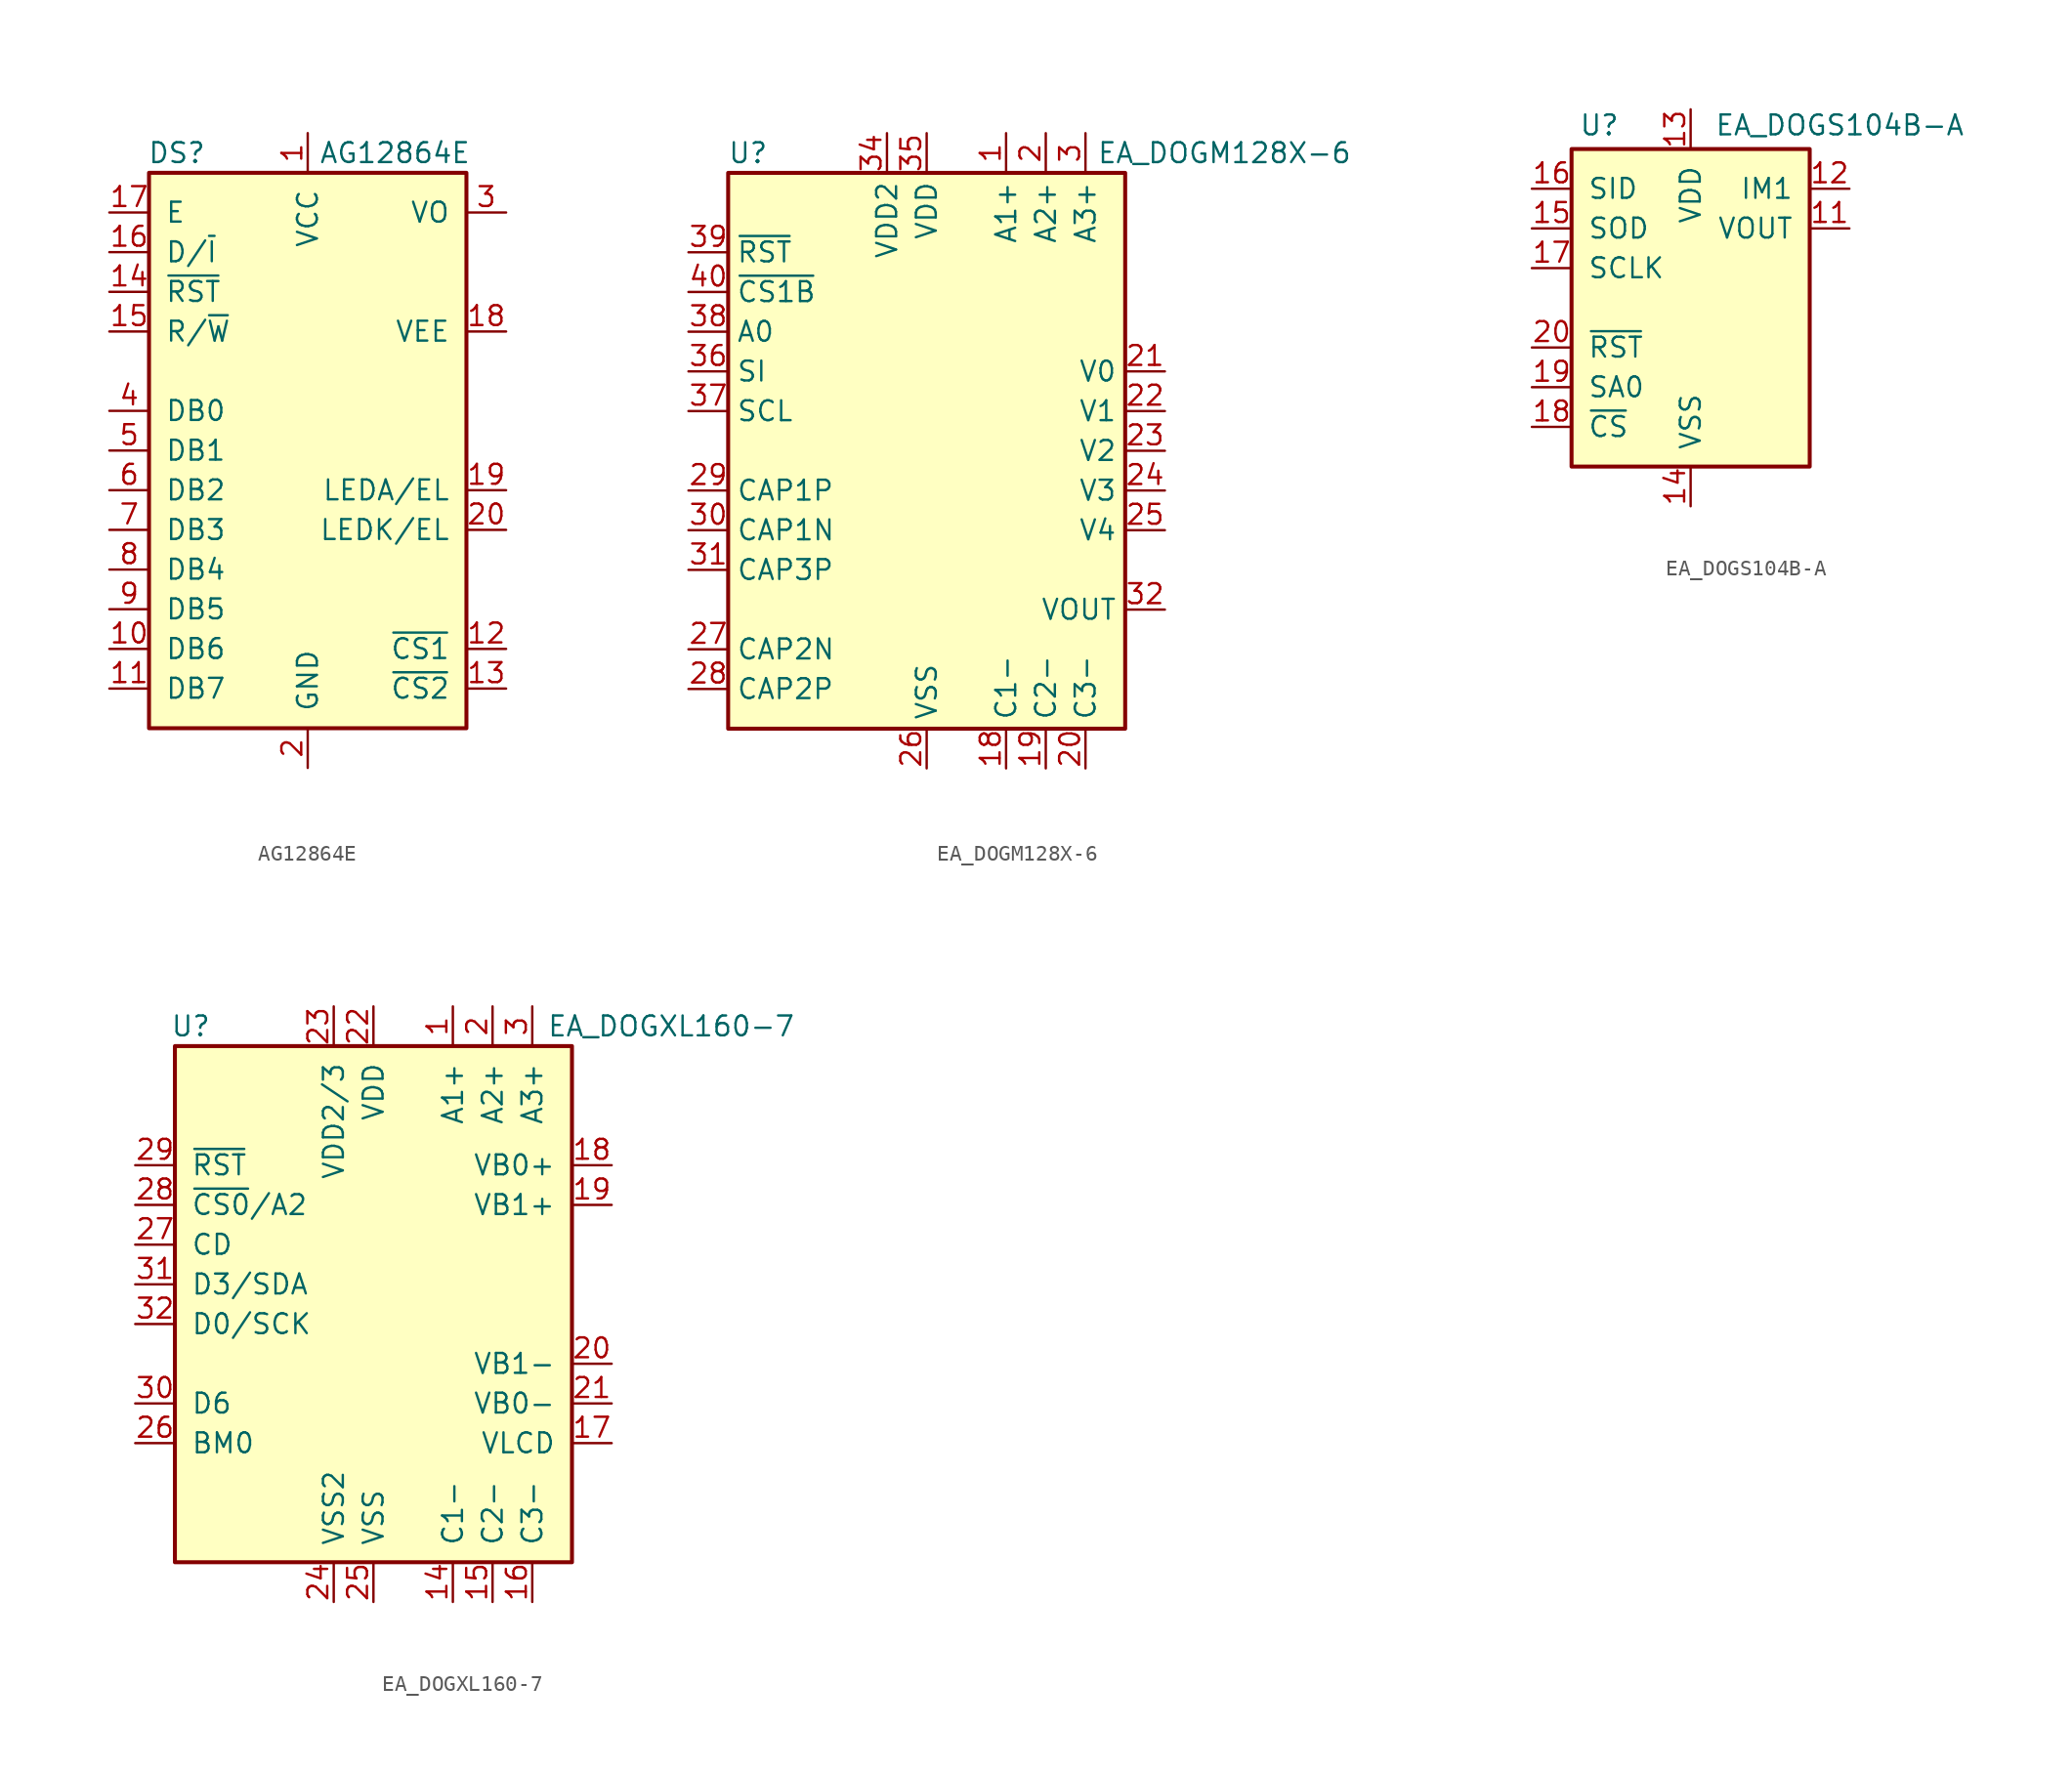
<source format=kicad_sym>
(kicad_symbol_lib
  (version 20201005)
  (generator kicad_symbol_editor)
  (symbol "Display_Graphic:AG12864E"
    (pin_names
      (offset 1.016))
    (property "Reference" "DS"
      (at -8.382 19.05 0)
      (effects (font (size 1.27 1.27))))
    (property "Value" "AG12864E"
      (at 5.588 19.05 0)
      (effects (font (size 1.27 1.27))))
    (symbol "AG12864E_0_1"
      (rectangle (start -10.16 17.78) (end 10.16 -17.78) (stroke (width 0.254)) (fill (type background))))
    (symbol "AG12864E_1_1"
      (pin power_in line (at 0 20.32 270) (length 2.54) (name "VCC" (effects (font (size 1.27 1.27)))) (number "1" (effects (font (size 1.27 1.27)))))
      (pin bidirectional line (at -12.7 -12.7 0) (length 2.54) (name "DB6" (effects (font (size 1.27 1.27)))) (number "10" (effects (font (size 1.27 1.27)))))
      (pin bidirectional line (at -12.7 -15.24 0) (length 2.54) (name "DB7" (effects (font (size 1.27 1.27)))) (number "11" (effects (font (size 1.27 1.27)))))
      (pin input line (at 12.7 -12.7 180) (length 2.54) (name "~CS1~" (effects (font (size 1.27 1.27)))) (number "12" (effects (font (size 1.27 1.27)))))
      (pin input line (at 12.7 -15.24 180) (length 2.54) (name "~CS2~" (effects (font (size 1.27 1.27)))) (number "13" (effects (font (size 1.27 1.27)))))
      (pin input line (at -12.7 10.16 0) (length 2.54) (name "~RST~" (effects (font (size 1.27 1.27)))) (number "14" (effects (font (size 1.27 1.27)))))
      (pin input line (at -12.7 7.62 0) (length 2.54) (name "R/~W~" (effects (font (size 1.27 1.27)))) (number "15" (effects (font (size 1.27 1.27)))))
      (pin input line (at -12.7 12.7 0) (length 2.54) (name "D/~I~" (effects (font (size 1.27 1.27)))) (number "16" (effects (font (size 1.27 1.27)))))
      (pin input line (at -12.7 15.24 0) (length 2.54) (name "E" (effects (font (size 1.27 1.27)))) (number "17" (effects (font (size 1.27 1.27)))))
      (pin passive line (at 12.7 7.62 180) (length 2.54) (name "VEE" (effects (font (size 1.27 1.27)))) (number "18" (effects (font (size 1.27 1.27)))))
      (pin passive line (at 12.7 -2.54 180) (length 2.54) (name "LEDA/EL" (effects (font (size 1.27 1.27)))) (number "19" (effects (font (size 1.27 1.27)))))
      (pin power_in line (at 0 -20.32 90) (length 2.54) (name "GND" (effects (font (size 1.27 1.27)))) (number "2" (effects (font (size 1.27 1.27)))))
      (pin passive line (at 12.7 -5.08 180) (length 2.54) (name "LEDK/EL" (effects (font (size 1.27 1.27)))) (number "20" (effects (font (size 1.27 1.27)))))
      (pin passive line (at 12.7 15.24 180) (length 2.54) (name "VO" (effects (font (size 1.27 1.27)))) (number "3" (effects (font (size 1.27 1.27)))))
      (pin bidirectional line (at -12.7 2.54 0) (length 2.54) (name "DB0" (effects (font (size 1.27 1.27)))) (number "4" (effects (font (size 1.27 1.27)))))
      (pin bidirectional line (at -12.7 0 0) (length 2.54) (name "DB1" (effects (font (size 1.27 1.27)))) (number "5" (effects (font (size 1.27 1.27)))))
      (pin bidirectional line (at -12.7 -2.54 0) (length 2.54) (name "DB2" (effects (font (size 1.27 1.27)))) (number "6" (effects (font (size 1.27 1.27)))))
      (pin bidirectional line (at -12.7 -5.08 0) (length 2.54) (name "DB3" (effects (font (size 1.27 1.27)))) (number "7" (effects (font (size 1.27 1.27)))))
      (pin bidirectional line (at -12.7 -7.62 0) (length 2.54) (name "DB4" (effects (font (size 1.27 1.27)))) (number "8" (effects (font (size 1.27 1.27)))))
      (pin bidirectional line (at -12.7 -10.16 0) (length 2.54) (name "DB5" (effects (font (size 1.27 1.27)))) (number "9" (effects (font (size 1.27 1.27)))))))
  (symbol "Display_Graphic:EA_DOGM128X-6"
    (property "Reference" "U"
      (at -11.43 19.05 0)
      (effects (font (size 1.27 1.27))))
    (property "Value" "EA_DOGM128X-6"
      (at 19.05 19.05 0)
      (effects (font (size 1.27 1.27))))
    (symbol "EA_DOGM128X-6_1_1"
      (rectangle (start -12.7 17.78) (end 12.7 -17.78) (stroke (width 0.254)) (fill (type background)))
      (pin power_in line (at 5.08 20.32 270) (length 2.54) (name "A1+" (effects (font (size 1.27 1.27)))) (number "1" (effects (font (size 1.27 1.27)))))
      (pin power_in line (at 5.08 -20.32 90) (length 2.54) (name "C1-" (effects (font (size 1.27 1.27)))) (number "18" (effects (font (size 1.27 1.27)))))
      (pin power_in line (at 7.62 -20.32 90) (length 2.54) (name "C2-" (effects (font (size 1.27 1.27)))) (number "19" (effects (font (size 1.27 1.27)))))
      (pin power_in line (at 7.62 20.32 270) (length 2.54) (name "A2+" (effects (font (size 1.27 1.27)))) (number "2" (effects (font (size 1.27 1.27)))))
      (pin power_in line (at 10.16 -20.32 90) (length 2.54) (name "C3-" (effects (font (size 1.27 1.27)))) (number "20" (effects (font (size 1.27 1.27)))))
      (pin passive line (at 15.24 5.08 180) (length 2.54) (name "V0" (effects (font (size 1.27 1.27)))) (number "21" (effects (font (size 1.27 1.27)))))
      (pin passive line (at 15.24 2.54 180) (length 2.54) (name "V1" (effects (font (size 1.27 1.27)))) (number "22" (effects (font (size 1.27 1.27)))))
      (pin passive line (at 15.24 0 180) (length 2.54) (name "V2" (effects (font (size 1.27 1.27)))) (number "23" (effects (font (size 1.27 1.27)))))
      (pin passive line (at 15.24 -2.54 180) (length 2.54) (name "V3" (effects (font (size 1.27 1.27)))) (number "24" (effects (font (size 1.27 1.27)))))
      (pin passive line (at 15.24 -5.08 180) (length 2.54) (name "V4" (effects (font (size 1.27 1.27)))) (number "25" (effects (font (size 1.27 1.27)))))
      (pin power_in line (at 0 -20.32 90) (length 2.54) (name "VSS" (effects (font (size 1.27 1.27)))) (number "26" (effects (font (size 1.27 1.27)))))
      (pin passive line (at -15.24 -12.7 0) (length 2.54) (name "CAP2N" (effects (font (size 1.27 1.27)))) (number "27" (effects (font (size 1.27 1.27)))))
      (pin passive line (at -15.24 -15.24 0) (length 2.54) (name "CAP2P" (effects (font (size 1.27 1.27)))) (number "28" (effects (font (size 1.27 1.27)))))
      (pin passive line (at -15.24 -2.54 0) (length 2.54) (name "CAP1P" (effects (font (size 1.27 1.27)))) (number "29" (effects (font (size 1.27 1.27)))))
      (pin power_in line (at 10.16 20.32 270) (length 2.54) (name "A3+" (effects (font (size 1.27 1.27)))) (number "3" (effects (font (size 1.27 1.27)))))
      (pin passive line (at -15.24 -5.08 0) (length 2.54) (name "CAP1N" (effects (font (size 1.27 1.27)))) (number "30" (effects (font (size 1.27 1.27)))))
      (pin passive line (at -15.24 -7.62 0) (length 2.54) (name "CAP3P" (effects (font (size 1.27 1.27)))) (number "31" (effects (font (size 1.27 1.27)))))
      (pin output line (at 15.24 -10.16 180) (length 2.54) (name "VOUT" (effects (font (size 1.27 1.27)))) (number "32" (effects (font (size 1.27 1.27)))))
      (pin passive line (at 0 -20.32 90) (length 2.54) hide (name "VSS" (effects (font (size 1.27 1.27)))) (number "33" (effects (font (size 1.27 1.27)))))
      (pin power_in line (at -2.54 20.32 270) (length 2.54) (name "VDD2" (effects (font (size 1.27 1.27)))) (number "34" (effects (font (size 1.27 1.27)))))
      (pin power_in line (at 0 20.32 270) (length 2.54) (name "VDD" (effects (font (size 1.27 1.27)))) (number "35" (effects (font (size 1.27 1.27)))))
      (pin input line (at -15.24 5.08 0) (length 2.54) (name "SI" (effects (font (size 1.27 1.27)))) (number "36" (effects (font (size 1.27 1.27)))))
      (pin input line (at -15.24 2.54 0) (length 2.54) (name "SCL" (effects (font (size 1.27 1.27)))) (number "37" (effects (font (size 1.27 1.27)))))
      (pin input line (at -15.24 7.62 0) (length 2.54) (name "A0" (effects (font (size 1.27 1.27)))) (number "38" (effects (font (size 1.27 1.27)))))
      (pin input line (at -15.24 12.7 0) (length 2.54) (name "~RST" (effects (font (size 1.27 1.27)))) (number "39" (effects (font (size 1.27 1.27)))))
      (pin input line (at -15.24 10.16 0) (length 2.54) (name "~CS1B" (effects (font (size 1.27 1.27)))) (number "40" (effects (font (size 1.27 1.27)))))))
  (symbol "Display_Graphic:EA_DOGS104B-A"
    (pin_names
      (offset 1.016))
    (property "Reference" "U"
      (at -5.842 11.684 0)
      (effects (font (size 1.27 1.27))))
    (property "Value" "EA_DOGS104B-A"
      (at 1.524 11.684 0)
      (effects (font (size 1.27 1.27)) (justify left)))
    (symbol "EA_DOGS104B-A_0_1"
      (rectangle (start -7.62 10.16) (end 7.62 -10.16) (stroke (width 0.254)) (fill (type background))))
    (symbol "EA_DOGS104B-A_1_1"
      (pin no_connect line (at 7.62 0 180) (length 2.54) hide (name "NC" (effects (font (size 1.27 1.27)))) (number "1" (effects (font (size 1.27 1.27)))))
      (pin no_connect line (at 7.62 -7.62 180) (length 2.54) hide (name "NC" (effects (font (size 1.27 1.27)))) (number "10" (effects (font (size 1.27 1.27)))))
      (pin output line (at 10.16 5.08 180) (length 2.54) (name "VOUT" (effects (font (size 1.27 1.27)))) (number "11" (effects (font (size 1.27 1.27)))))
      (pin input line (at 10.16 7.62 180) (length 2.54) (name "IM1" (effects (font (size 1.27 1.27)))) (number "12" (effects (font (size 1.27 1.27)))))
      (pin power_in line (at 0 12.7 270) (length 2.54) (name "VDD" (effects (font (size 1.27 1.27)))) (number "13" (effects (font (size 1.27 1.27)))))
      (pin power_in line (at 0 -12.7 90) (length 2.54) (name "VSS" (effects (font (size 1.27 1.27)))) (number "14" (effects (font (size 1.27 1.27)))))
      (pin output line (at -10.16 5.08 0) (length 2.54) (name "SOD" (effects (font (size 1.27 1.27)))) (number "15" (effects (font (size 1.27 1.27)))))
      (pin input line (at -10.16 7.62 0) (length 2.54) (name "SID" (effects (font (size 1.27 1.27)))) (number "16" (effects (font (size 1.27 1.27)))))
      (pin input line (at -10.16 2.54 0) (length 2.54) (name "SCLK" (effects (font (size 1.27 1.27)))) (number "17" (effects (font (size 1.27 1.27)))))
      (pin input line (at -10.16 -7.62 0) (length 2.54) (name "~CS" (effects (font (size 1.27 1.27)))) (number "18" (effects (font (size 1.27 1.27)))))
      (pin input line (at -10.16 -5.08 0) (length 2.54) (name "SA0" (effects (font (size 1.27 1.27)))) (number "19" (effects (font (size 1.27 1.27)))))
      (pin no_connect line (at 7.62 -2.54 180) (length 2.54) hide (name "NC" (effects (font (size 1.27 1.27)))) (number "2" (effects (font (size 1.27 1.27)))))
      (pin input line (at -10.16 -2.54 0) (length 2.54) (name "~RST" (effects (font (size 1.27 1.27)))) (number "20" (effects (font (size 1.27 1.27)))))
      (pin no_connect line (at 7.62 -5.08 180) (length 2.54) hide (name "NC" (effects (font (size 1.27 1.27)))) (number "9" (effects (font (size 1.27 1.27)))))))
  (symbol "Display_Graphic:EA_DOGXL160-7"
    (pin_names
      (offset 1.016))
    (property "Reference" "U"
      (at -11.684 16.51 0)
      (effects (font (size 1.27 1.27))))
    (property "Value" "EA_DOGXL160-7"
      (at 19.05 16.51 0)
      (effects (font (size 1.27 1.27))))
    (symbol "EA_DOGXL160-7_0_1"
      (rectangle (start -12.7 15.24) (end 12.7 -17.78) (stroke (width 0.254)) (fill (type background))))
    (symbol "EA_DOGXL160-7_1_1"
      (pin power_in line (at 5.08 17.78 270) (length 2.54) (name "A1+" (effects (font (size 1.27 1.27)))) (number "1" (effects (font (size 1.27 1.27)))))
      (pin power_in line (at 5.08 -20.32 90) (length 2.54) (name "C1-" (effects (font (size 1.27 1.27)))) (number "14" (effects (font (size 1.27 1.27)))))
      (pin power_in line (at 7.62 -20.32 90) (length 2.54) (name "C2-" (effects (font (size 1.27 1.27)))) (number "15" (effects (font (size 1.27 1.27)))))
      (pin power_in line (at 10.16 -20.32 90) (length 2.54) (name "C3-" (effects (font (size 1.27 1.27)))) (number "16" (effects (font (size 1.27 1.27)))))
      (pin passive line (at 15.24 -10.16 180) (length 2.54) (name "VLCD" (effects (font (size 1.27 1.27)))) (number "17" (effects (font (size 1.27 1.27)))))
      (pin passive line (at 15.24 7.62 180) (length 2.54) (name "VB0+" (effects (font (size 1.27 1.27)))) (number "18" (effects (font (size 1.27 1.27)))))
      (pin passive line (at 15.24 5.08 180) (length 2.54) (name "VB1+" (effects (font (size 1.27 1.27)))) (number "19" (effects (font (size 1.27 1.27)))))
      (pin power_in line (at 7.62 17.78 270) (length 2.54) (name "A2+" (effects (font (size 1.27 1.27)))) (number "2" (effects (font (size 1.27 1.27)))))
      (pin passive line (at 15.24 -5.08 180) (length 2.54) (name "VB1-" (effects (font (size 1.27 1.27)))) (number "20" (effects (font (size 1.27 1.27)))))
      (pin passive line (at 15.24 -7.62 180) (length 2.54) (name "VB0-" (effects (font (size 1.27 1.27)))) (number "21" (effects (font (size 1.27 1.27)))))
      (pin power_in line (at 0 17.78 270) (length 2.54) (name "VDD" (effects (font (size 1.27 1.27)))) (number "22" (effects (font (size 1.27 1.27)))))
      (pin power_in line (at -2.54 17.78 270) (length 2.54) (name "VDD2/3" (effects (font (size 1.27 1.27)))) (number "23" (effects (font (size 1.27 1.27)))))
      (pin power_in line (at -2.54 -20.32 90) (length 2.54) (name "VSS2" (effects (font (size 1.27 1.27)))) (number "24" (effects (font (size 1.27 1.27)))))
      (pin power_in line (at 0 -20.32 90) (length 2.54) (name "VSS" (effects (font (size 1.27 1.27)))) (number "25" (effects (font (size 1.27 1.27)))))
      (pin input line (at -15.24 -10.16 0) (length 2.54) (name "BM0" (effects (font (size 1.27 1.27)))) (number "26" (effects (font (size 1.27 1.27)))))
      (pin input line (at -15.24 2.54 0) (length 2.54) (name "CD" (effects (font (size 1.27 1.27)))) (number "27" (effects (font (size 1.27 1.27)))))
      (pin input line (at -15.24 5.08 0) (length 2.54) (name "~CS0~/A2" (effects (font (size 1.27 1.27)))) (number "28" (effects (font (size 1.27 1.27)))))
      (pin input line (at -15.24 7.62 0) (length 2.54) (name "~RST" (effects (font (size 1.27 1.27)))) (number "29" (effects (font (size 1.27 1.27)))))
      (pin power_in line (at 10.16 17.78 270) (length 2.54) (name "A3+" (effects (font (size 1.27 1.27)))) (number "3" (effects (font (size 1.27 1.27)))))
      (pin input line (at -15.24 -7.62 0) (length 2.54) (name "D6" (effects (font (size 1.27 1.27)))) (number "30" (effects (font (size 1.27 1.27)))))
      (pin bidirectional line (at -15.24 0 0) (length 2.54) (name "D3/SDA" (effects (font (size 1.27 1.27)))) (number "31" (effects (font (size 1.27 1.27)))))
      (pin input line (at -15.24 -2.54 0) (length 2.54) (name "D0/SCK" (effects (font (size 1.27 1.27)))) (number "32" (effects (font (size 1.27 1.27))))))))
</source>
